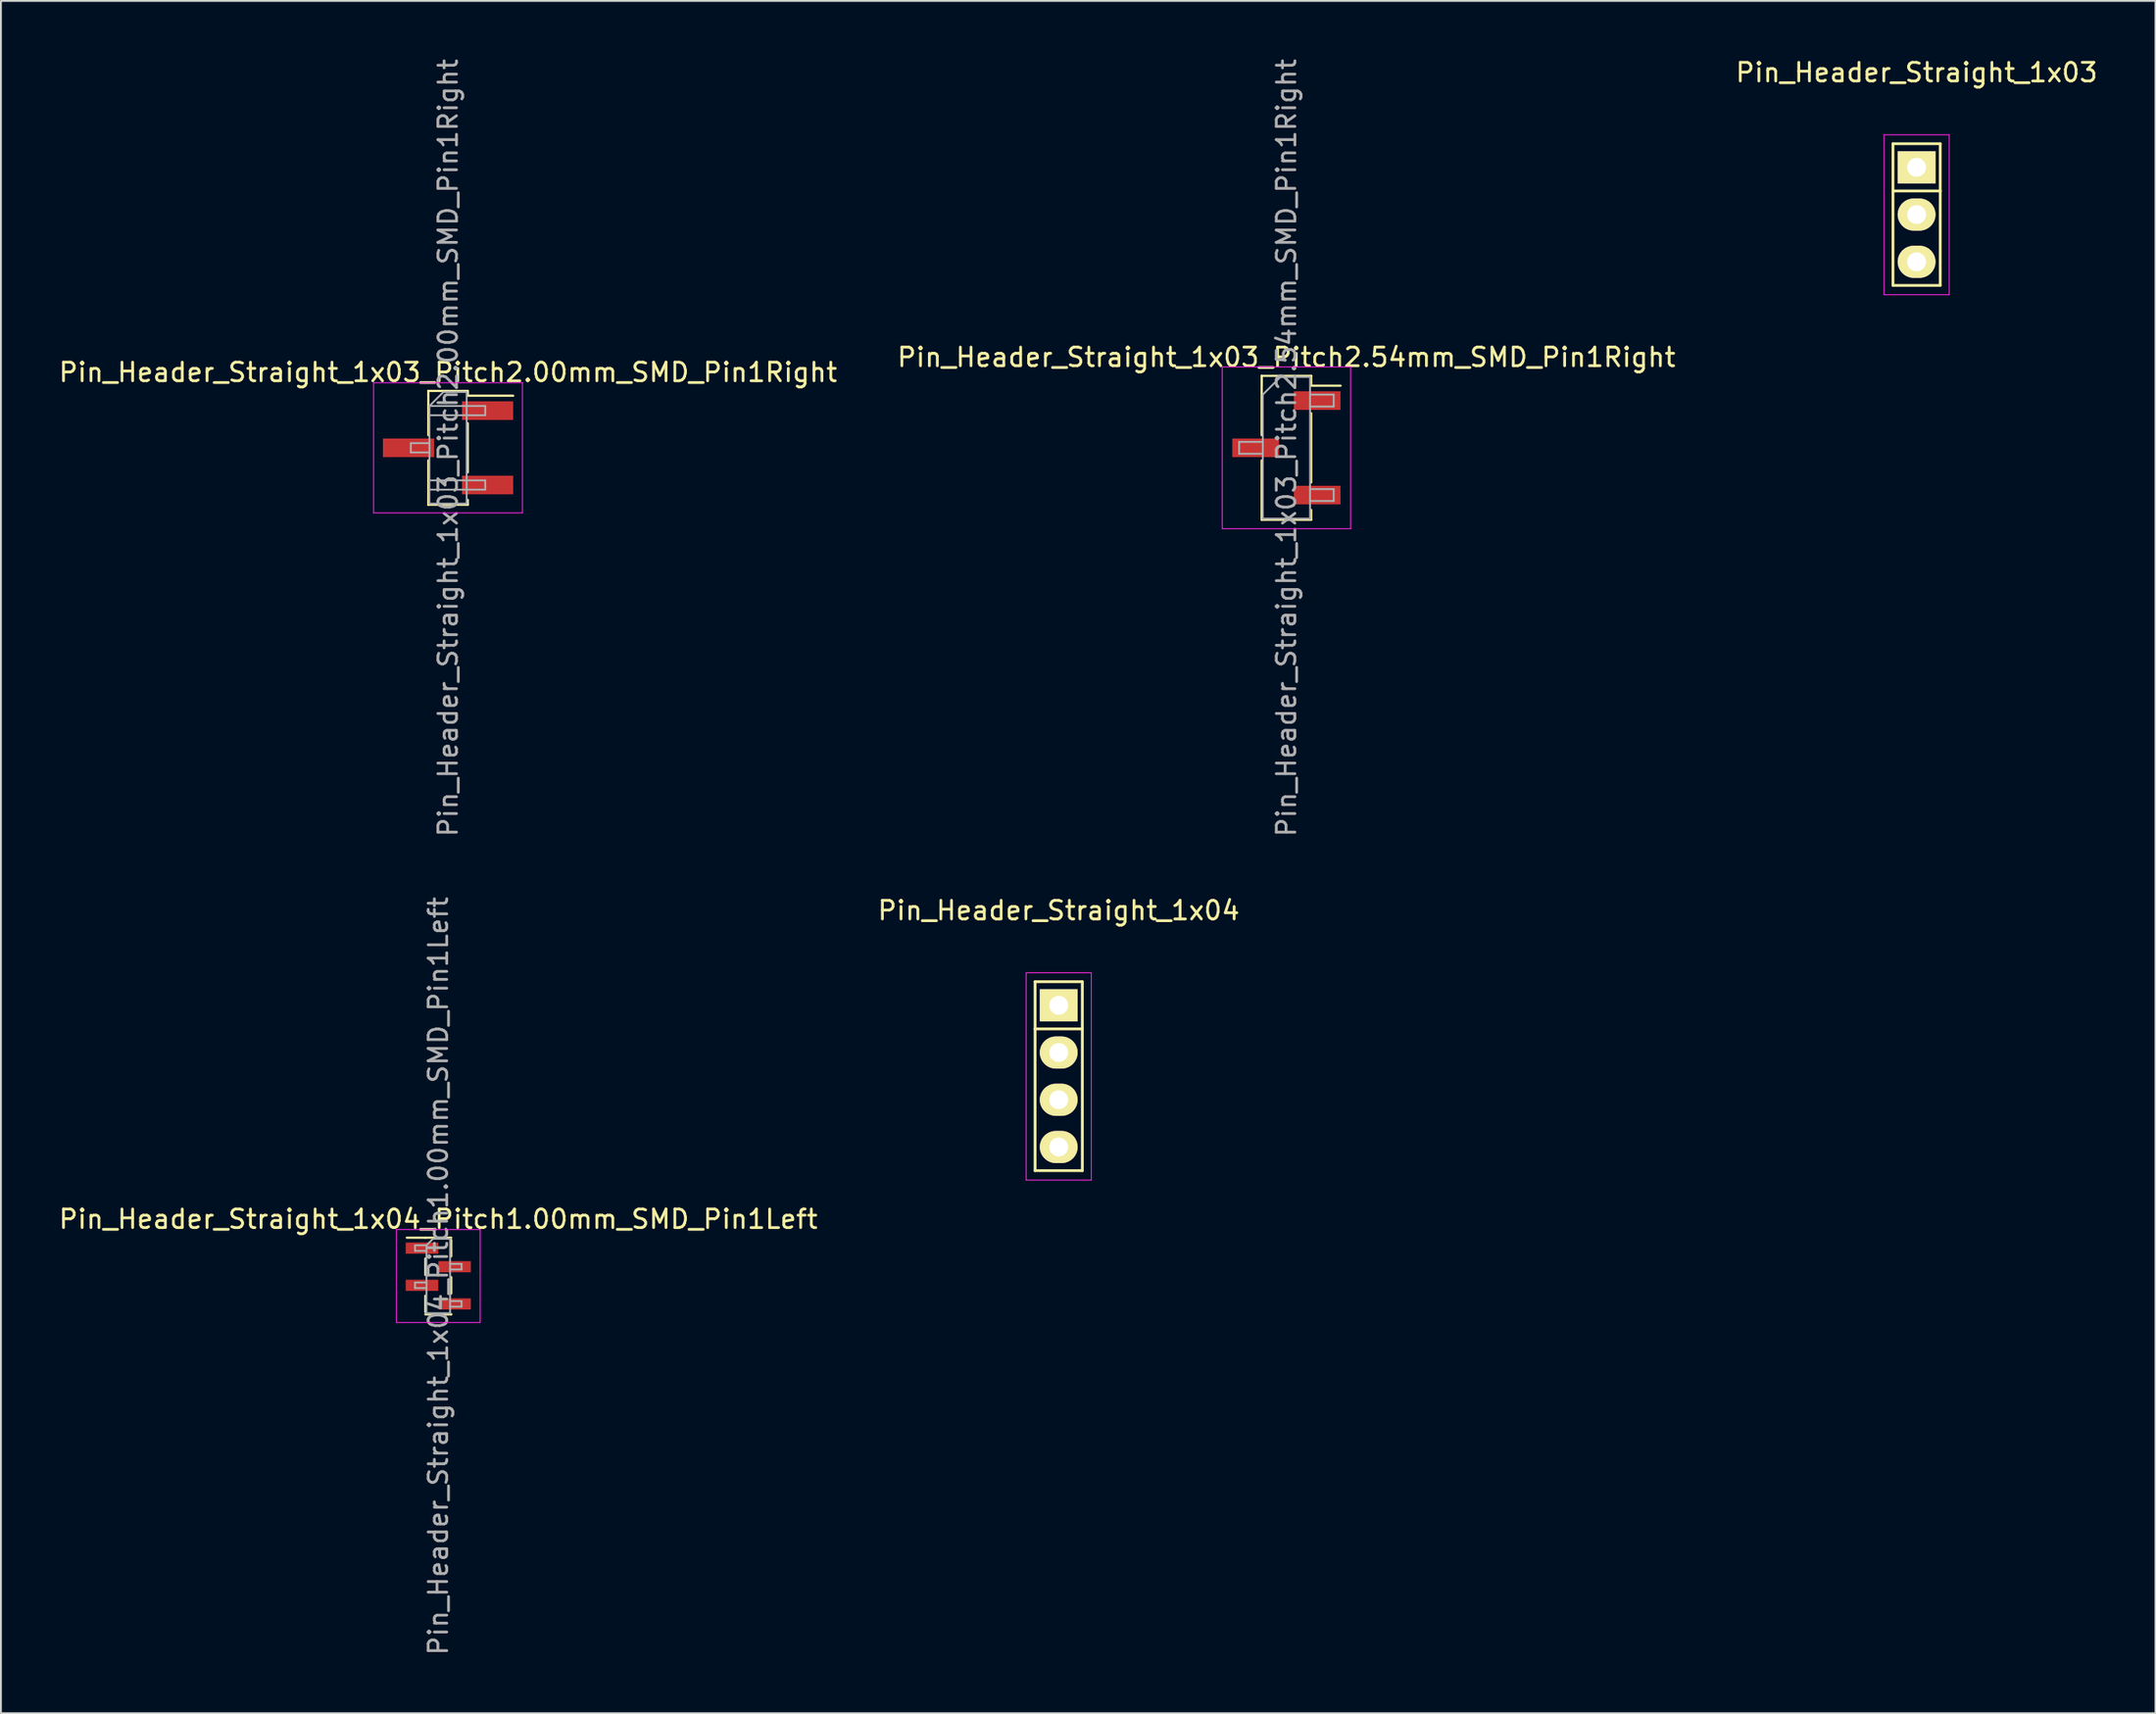
<source format=kicad_pcb>
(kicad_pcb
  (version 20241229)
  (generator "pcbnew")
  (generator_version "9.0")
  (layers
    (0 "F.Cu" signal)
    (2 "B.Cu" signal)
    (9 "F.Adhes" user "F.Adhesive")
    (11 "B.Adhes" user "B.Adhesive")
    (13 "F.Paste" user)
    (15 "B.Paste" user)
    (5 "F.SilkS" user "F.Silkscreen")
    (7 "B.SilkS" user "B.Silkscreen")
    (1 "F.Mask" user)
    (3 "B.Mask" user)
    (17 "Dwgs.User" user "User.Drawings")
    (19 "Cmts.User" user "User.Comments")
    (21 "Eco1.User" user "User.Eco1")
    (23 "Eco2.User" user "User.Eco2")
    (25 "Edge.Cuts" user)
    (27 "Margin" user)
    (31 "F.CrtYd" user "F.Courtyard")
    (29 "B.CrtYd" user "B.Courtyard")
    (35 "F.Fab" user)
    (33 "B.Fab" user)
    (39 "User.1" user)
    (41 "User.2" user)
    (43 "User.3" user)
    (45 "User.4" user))
  (footprint "Pin_Header_Straight_1x03"
    (layer "F.Cu")
    (at 99.958 5.948)
    (property "Reference" "Pin_Header_Straight_1x03" (at 0 -5.1 0) (layer "F.SilkS") (effects (font (size 1 1) (thickness 0.15))))
    (attr through_hole)
    (fp_line (start -1.27 -1.27) (end -1.27 1.27) (stroke (width 0.15) (type solid)) (layer "F.SilkS"))
    (fp_line (start -1.27 1.27) (end -1.27 6.35) (stroke (width 0.15) (type solid)) (layer "F.SilkS"))
    (fp_line (start -1.27 6.35) (end 1.27 6.35) (stroke (width 0.15) (type solid)) (layer "F.SilkS"))
    (fp_line (start 1.27 -1.27) (end -1.27 -1.27) (stroke (width 0.15) (type solid)) (layer "F.SilkS"))
    (fp_line (start 1.27 -1.27) (end 1.27 1.27) (stroke (width 0.15) (type solid)) (layer "F.SilkS"))
    (fp_line (start 1.27 1.27) (end -1.27 1.27) (stroke (width 0.15) (type solid)) (layer "F.SilkS"))
    (fp_line (start 1.27 6.35) (end 1.27 1.27) (stroke (width 0.15) (type solid)) (layer "F.SilkS"))
    (fp_line (start -1.75 -1.75) (end -1.75 6.85) (stroke (width 0.05) (type solid)) (layer "F.CrtYd"))
    (fp_line (start -1.75 -1.75) (end 1.75 -1.75) (stroke (width 0.05) (type solid)) (layer "F.CrtYd"))
    (fp_line (start -1.75 6.85) (end 1.75 6.85) (stroke (width 0.05) (type solid)) (layer "F.CrtYd"))
    (fp_line (start 1.75 -1.75) (end 1.75 6.85) (stroke (width 0.05) (type solid)) (layer "F.CrtYd"))
    (pad "1" thru_hole rect (at 0 0) (size 2.032 1.727) (drill 1.016) (layers "*.Cu" "*.Mask" "F.SilkS"))
    (pad "2" thru_hole oval (at 0 2.54) (size 2.032 1.727) (drill 1.016) (layers "*.Cu" "*.Mask" "F.SilkS"))
    (pad "3" thru_hole oval (at 0 5.08) (size 2.032 1.727) (drill 1.016) (layers "*.Cu" "*.Mask" "F.SilkS")))
  (footprint "Pin_Header_Straight_1x04"
    (layer "F.Cu")
    (at 53.851 51.008)
    (property "Reference" "Pin_Header_Straight_1x04" (at 0 -5.1 0) (layer "F.SilkS") (effects (font (size 1 1) (thickness 0.15))))
    (attr through_hole)
    (fp_line (start -1.27 -1.27) (end -1.27 1.27) (stroke (width 0.15) (type solid)) (layer "F.SilkS"))
    (fp_line (start -1.27 1.27) (end -1.27 8.89) (stroke (width 0.15) (type solid)) (layer "F.SilkS"))
    (fp_line (start -1.27 8.89) (end 1.27 8.89) (stroke (width 0.15) (type solid)) (layer "F.SilkS"))
    (fp_line (start 1.27 -1.27) (end -1.27 -1.27) (stroke (width 0.15) (type solid)) (layer "F.SilkS"))
    (fp_line (start 1.27 -1.27) (end 1.27 1.27) (stroke (width 0.15) (type solid)) (layer "F.SilkS"))
    (fp_line (start 1.27 1.27) (end -1.27 1.27) (stroke (width 0.15) (type solid)) (layer "F.SilkS"))
    (fp_line (start 1.27 1.27) (end 1.27 8.89) (stroke (width 0.15) (type solid)) (layer "F.SilkS"))
    (fp_line (start -1.75 -1.75) (end -1.75 9.4) (stroke (width 0.05) (type solid)) (layer "F.CrtYd"))
    (fp_line (start -1.75 -1.75) (end 1.75 -1.75) (stroke (width 0.05) (type solid)) (layer "F.CrtYd"))
    (fp_line (start -1.75 9.4) (end 1.75 9.4) (stroke (width 0.05) (type solid)) (layer "F.CrtYd"))
    (fp_line (start 1.75 -1.75) (end 1.75 9.4) (stroke (width 0.05) (type solid)) (layer "F.CrtYd"))
    (pad "1" thru_hole rect (at 0 0) (size 2.032 1.727) (drill 1.016) (layers "*.Cu" "*.Mask" "F.SilkS"))
    (pad "2" thru_hole oval (at 0 2.54) (size 2.032 1.727) (drill 1.016) (layers "*.Cu" "*.Mask" "F.SilkS"))
    (pad "3" thru_hole oval (at 0 5.08) (size 2.032 1.727) (drill 1.016) (layers "*.Cu" "*.Mask" "F.SilkS"))
    (pad "4" thru_hole oval (at 0 7.62) (size 2.032 1.727) (drill 1.016) (layers "*.Cu" "*.Mask" "F.SilkS")))
  (footprint "Pin_Header_Straight_1x03_Pitch2.54mm_SMD_Pin1Right"
    (layer "F.Cu")
    (at 66.089 21.03)
    (property "Reference" "Pin_Header_Straight_1x03_Pitch2.54mm_SMD_Pin1Right" (at 0 -4.87 0) (layer "F.SilkS") (effects (font (size 1 1) (thickness 0.15))))
    (attr smd)
    (fp_line (start -1.33 -3.87) (end -1.33 -0.68) (stroke (width 0.12) (type solid)) (layer "F.SilkS"))
    (fp_line (start -1.33 -3.87) (end 1.33 -3.87) (stroke (width 0.12) (type solid)) (layer "F.SilkS"))
    (fp_line (start -1.33 -3.34) (end -1.33 -3.87) (stroke (width 0.12) (type solid)) (layer "F.SilkS"))
    (fp_line (start -1.33 0.68) (end -1.33 3.87) (stroke (width 0.12) (type solid)) (layer "F.SilkS"))
    (fp_line (start -1.33 3.34) (end -1.33 3.87) (stroke (width 0.12) (type solid)) (layer "F.SilkS"))
    (fp_line (start -1.33 3.87) (end 1.33 3.87) (stroke (width 0.12) (type solid)) (layer "F.SilkS"))
    (fp_line (start 1.33 -3.87) (end 1.33 -3.34) (stroke (width 0.12) (type solid)) (layer "F.SilkS"))
    (fp_line (start 1.33 -3.34) (end 2.91 -3.34) (stroke (width 0.12) (type solid)) (layer "F.SilkS"))
    (fp_line (start 1.33 -1.86) (end 1.33 1.86) (stroke (width 0.12) (type solid)) (layer "F.SilkS"))
    (fp_line (start 1.33 3.87) (end 1.33 3.34) (stroke (width 0.12) (type solid)) (layer "F.SilkS"))
    (fp_line (start -3.45 -4.35) (end -3.45 4.35) (stroke (width 0.05) (type solid)) (layer "F.CrtYd"))
    (fp_line (start -3.45 4.35) (end 3.45 4.35) (stroke (width 0.05) (type solid)) (layer "F.CrtYd"))
    (fp_line (start 3.45 -4.35) (end -3.45 -4.35) (stroke (width 0.05) (type solid)) (layer "F.CrtYd"))
    (fp_line (start 3.45 4.35) (end 3.45 -4.35) (stroke (width 0.05) (type solid)) (layer "F.CrtYd"))
    (fp_line (start -2.54 -0.32) (end -2.54 0.32) (stroke (width 0.1) (type solid)) (layer "F.Fab"))
    (fp_line (start -2.54 0.32) (end -1.27 0.32) (stroke (width 0.1) (type solid)) (layer "F.Fab"))
    (fp_line (start -1.27 -2.86) (end -0.32 -3.81) (stroke (width 0.1) (type solid)) (layer "F.Fab"))
    (fp_line (start -1.27 -0.32) (end -2.54 -0.32) (stroke (width 0.1) (type solid)) (layer "F.Fab"))
    (fp_line (start -1.27 3.81) (end -1.27 -2.86) (stroke (width 0.1) (type solid)) (layer "F.Fab"))
    (fp_line (start -0.32 -3.81) (end 1.27 -3.81) (stroke (width 0.1) (type solid)) (layer "F.Fab"))
    (fp_line (start 1.27 -3.81) (end 1.27 3.81) (stroke (width 0.1) (type solid)) (layer "F.Fab"))
    (fp_line (start 1.27 -2.86) (end 2.54 -2.86) (stroke (width 0.1) (type solid)) (layer "F.Fab"))
    (fp_line (start 1.27 2.22) (end 2.54 2.22) (stroke (width 0.1) (type solid)) (layer "F.Fab"))
    (fp_line (start 1.27 3.81) (end -1.27 3.81) (stroke (width 0.1) (type solid)) (layer "F.Fab"))
    (fp_line (start 2.54 -2.86) (end 2.54 -2.22) (stroke (width 0.1) (type solid)) (layer "F.Fab"))
    (fp_line (start 2.54 -2.22) (end 1.27 -2.22) (stroke (width 0.1) (type solid)) (layer "F.Fab"))
    (fp_line (start 2.54 2.22) (end 2.54 2.86) (stroke (width 0.1) (type solid)) (layer "F.Fab"))
    (fp_line (start 2.54 2.86) (end 1.27 2.86) (stroke (width 0.1) (type solid)) (layer "F.Fab"))
    (fp_text user "${REFERENCE}" (at 0 0 90) (layer "F.Fab") (effects (font (size 1 1) (thickness 0.15))))
    (pad "1" smd rect (at 1.655 -2.54) (size 2.51 1) (layers "F.Cu" "F.Mask" "F.Paste"))
    (pad "2" smd rect (at -1.655 0) (size 2.51 1) (layers "F.Cu" "F.Mask" "F.Paste"))
    (pad "3" smd rect (at 1.655 2.54) (size 2.51 1) (layers "F.Cu" "F.Mask" "F.Paste")))
  (footprint "Pin_Header_Straight_1x04_Pitch1.00mm_SMD_Pin1Left"
    (layer "F.Cu")
    (at 20.506 65.565)
    (property "Reference" "Pin_Header_Straight_1x04_Pitch1.00mm_SMD_Pin1Left" (at 0 -3.06 0) (layer "F.SilkS") (effects (font (size 1 1) (thickness 0.15))))
    (attr smd)
    (fp_line (start -0.695 -2.06) (end -1.69 -2.06) (stroke (width 0.12) (type solid)) (layer "F.SilkS"))
    (fp_line (start -0.695 -2.06) (end -0.695 -2.06) (stroke (width 0.12) (type solid)) (layer "F.SilkS"))
    (fp_line (start -0.695 -2.06) (end 0.695 -2.06) (stroke (width 0.12) (type solid)) (layer "F.SilkS"))
    (fp_line (start -0.695 -0.94) (end -0.695 -0.06) (stroke (width 0.12) (type solid)) (layer "F.SilkS"))
    (fp_line (start -0.695 1.06) (end -0.695 1.94) (stroke (width 0.12) (type solid)) (layer "F.SilkS"))
    (fp_line (start -0.695 2.06) (end 0.695 2.06) (stroke (width 0.12) (type solid)) (layer "F.SilkS"))
    (fp_line (start 0.695 -1.94) (end 0.695 -1.06) (stroke (width 0.12) (type solid)) (layer "F.SilkS"))
    (fp_line (start 0.695 0.06) (end 0.695 0.94) (stroke (width 0.12) (type solid)) (layer "F.SilkS"))
    (fp_line (start 0.695 2.06) (end 0.695 2.06) (stroke (width 0.12) (type solid)) (layer "F.SilkS"))
    (fp_line (start -2.25 -2.5) (end -2.25 2.5) (stroke (width 0.05) (type solid)) (layer "F.CrtYd"))
    (fp_line (start -2.25 2.5) (end 2.25 2.5) (stroke (width 0.05) (type solid)) (layer "F.CrtYd"))
    (fp_line (start 2.25 -2.5) (end -2.25 -2.5) (stroke (width 0.05) (type solid)) (layer "F.CrtYd"))
    (fp_line (start 2.25 2.5) (end 2.25 -2.5) (stroke (width 0.05) (type solid)) (layer "F.CrtYd"))
    (fp_line (start -1.25 -1.65) (end -1.25 -1.35) (stroke (width 0.1) (type solid)) (layer "F.Fab"))
    (fp_line (start -1.25 -1.35) (end -0.635 -1.35) (stroke (width 0.1) (type solid)) (layer "F.Fab"))
    (fp_line (start -1.25 0.35) (end -1.25 0.65) (stroke (width 0.1) (type solid)) (layer "F.Fab"))
    (fp_line (start -1.25 0.65) (end -0.635 0.65) (stroke (width 0.1) (type solid)) (layer "F.Fab"))
    (fp_line (start -0.635 -1.65) (end -1.25 -1.65) (stroke (width 0.1) (type solid)) (layer "F.Fab"))
    (fp_line (start -0.635 -1.65) (end -0.285 -2) (stroke (width 0.1) (type solid)) (layer "F.Fab"))
    (fp_line (start -0.635 0.35) (end -1.25 0.35) (stroke (width 0.1) (type solid)) (layer "F.Fab"))
    (fp_line (start -0.635 2) (end -0.635 -1.65) (stroke (width 0.1) (type solid)) (layer "F.Fab"))
    (fp_line (start -0.285 -2) (end 0.635 -2) (stroke (width 0.1) (type solid)) (layer "F.Fab"))
    (fp_line (start 0.635 -2) (end 0.635 2) (stroke (width 0.1) (type solid)) (layer "F.Fab"))
    (fp_line (start 0.635 -0.65) (end 1.25 -0.65) (stroke (width 0.1) (type solid)) (layer "F.Fab"))
    (fp_line (start 0.635 1.35) (end 1.25 1.35) (stroke (width 0.1) (type solid)) (layer "F.Fab"))
    (fp_line (start 0.635 2) (end -0.635 2) (stroke (width 0.1) (type solid)) (layer "F.Fab"))
    (fp_line (start 1.25 -0.65) (end 1.25 -0.35) (stroke (width 0.1) (type solid)) (layer "F.Fab"))
    (fp_line (start 1.25 -0.35) (end 0.635 -0.35) (stroke (width 0.1) (type solid)) (layer "F.Fab"))
    (fp_line (start 1.25 1.35) (end 1.25 1.65) (stroke (width 0.1) (type solid)) (layer "F.Fab"))
    (fp_line (start 1.25 1.65) (end 0.635 1.65) (stroke (width 0.1) (type solid)) (layer "F.Fab"))
    (fp_text user "${REFERENCE}" (at 0 0 90) (layer "F.Fab") (effects (font (size 1 1) (thickness 0.15))))
    (pad "1" smd rect (at -0.875 -1.5) (size 1.75 0.6) (layers "F.Cu" "F.Mask" "F.Paste"))
    (pad "2" smd rect (at 0.875 -0.5) (size 1.75 0.6) (layers "F.Cu" "F.Mask" "F.Paste"))
    (pad "3" smd rect (at -0.875 0.5) (size 1.75 0.6) (layers "F.Cu" "F.Mask" "F.Paste"))
    (pad "4" smd rect (at 0.875 1.5) (size 1.75 0.6) (layers "F.Cu" "F.Mask" "F.Paste")))
  (footprint "Pin_Header_Straight_1x03_Pitch2.00mm_SMD_Pin1Right"
    (layer "F.Cu")
    (at 21.03 21.03)
    (property "Reference" "Pin_Header_Straight_1x03_Pitch2.00mm_SMD_Pin1Right" (at 0 -4.06 0) (layer "F.SilkS") (effects (font (size 1 1) (thickness 0.15))))
    (attr smd)
    (fp_line (start -1.06 -3.06) (end -1.06 -0.68) (stroke (width 0.12) (type solid)) (layer "F.SilkS"))
    (fp_line (start -1.06 -3.06) (end 1.06 -3.06) (stroke (width 0.12) (type solid)) (layer "F.SilkS"))
    (fp_line (start -1.06 -2.8) (end -1.06 -3.06) (stroke (width 0.12) (type solid)) (layer "F.SilkS"))
    (fp_line (start -1.06 0.68) (end -1.06 3.06) (stroke (width 0.12) (type solid)) (layer "F.SilkS"))
    (fp_line (start -1.06 2.8) (end -1.06 3.06) (stroke (width 0.12) (type solid)) (layer "F.SilkS"))
    (fp_line (start -1.06 3.06) (end 1.06 3.06) (stroke (width 0.12) (type solid)) (layer "F.SilkS"))
    (fp_line (start 1.06 -3.06) (end 1.06 -2.8) (stroke (width 0.12) (type solid)) (layer "F.SilkS"))
    (fp_line (start 1.06 -2.8) (end 3.5 -2.8) (stroke (width 0.12) (type solid)) (layer "F.SilkS"))
    (fp_line (start 1.06 -1.32) (end 1.06 1.32) (stroke (width 0.12) (type solid)) (layer "F.SilkS"))
    (fp_line (start 1.06 3.06) (end 1.06 2.8) (stroke (width 0.12) (type solid)) (layer "F.SilkS"))
    (fp_line (start -4 -3.5) (end -4 3.5) (stroke (width 0.05) (type solid)) (layer "F.CrtYd"))
    (fp_line (start -4 3.5) (end 4 3.5) (stroke (width 0.05) (type solid)) (layer "F.CrtYd"))
    (fp_line (start 4 -3.5) (end -4 -3.5) (stroke (width 0.05) (type solid)) (layer "F.CrtYd"))
    (fp_line (start 4 3.5) (end 4 -3.5) (stroke (width 0.05) (type solid)) (layer "F.CrtYd"))
    (fp_line (start -2 -0.25) (end -2 0.25) (stroke (width 0.1) (type solid)) (layer "F.Fab"))
    (fp_line (start -2 0.25) (end -1 0.25) (stroke (width 0.1) (type solid)) (layer "F.Fab"))
    (fp_line (start -1 -2.25) (end -0.25 -3) (stroke (width 0.1) (type solid)) (layer "F.Fab"))
    (fp_line (start -1 -2.25) (end 2 -2.25) (stroke (width 0.1) (type solid)) (layer "F.Fab"))
    (fp_line (start -1 -0.25) (end -2 -0.25) (stroke (width 0.1) (type solid)) (layer "F.Fab"))
    (fp_line (start -1 1.75) (end 2 1.75) (stroke (width 0.1) (type solid)) (layer "F.Fab"))
    (fp_line (start -1 3) (end -1 -2.25) (stroke (width 0.1) (type solid)) (layer "F.Fab"))
    (fp_line (start -0.25 -3) (end 1 -3) (stroke (width 0.1) (type solid)) (layer "F.Fab"))
    (fp_line (start 1 -3) (end 1 3) (stroke (width 0.1) (type solid)) (layer "F.Fab"))
    (fp_line (start 1 3) (end -1 3) (stroke (width 0.1) (type solid)) (layer "F.Fab"))
    (fp_line (start 2 -2.25) (end 2 -1.75) (stroke (width 0.1) (type solid)) (layer "F.Fab"))
    (fp_line (start 2 -1.75) (end -1 -1.75) (stroke (width 0.1) (type solid)) (layer "F.Fab"))
    (fp_line (start 2 1.75) (end 2 2.25) (stroke (width 0.1) (type solid)) (layer "F.Fab"))
    (fp_line (start 2 2.25) (end -1 2.25) (stroke (width 0.1) (type solid)) (layer "F.Fab"))
    (fp_text user "${REFERENCE}" (at 0 0 90) (layer "F.Fab") (effects (font (size 1 1) (thickness 0.15))))
    (pad "1" smd rect (at 2.125 -2) (size 2.75 1) (layers "F.Cu" "F.Mask"))
    (pad "2" smd rect (at -2.125 0) (size 2.75 1) (layers "F.Cu" "F.Mask"))
    (pad "3" smd rect (at 2.125 2) (size 2.75 1) (layers "F.Cu" "F.Mask")))
  (gr_rect
    (start -3 -3)
    (end 112.798 89.071)
    (stroke (width 0.1) (type default))
    (fill no)
    (layer "Edge.Cuts")))
</source>
